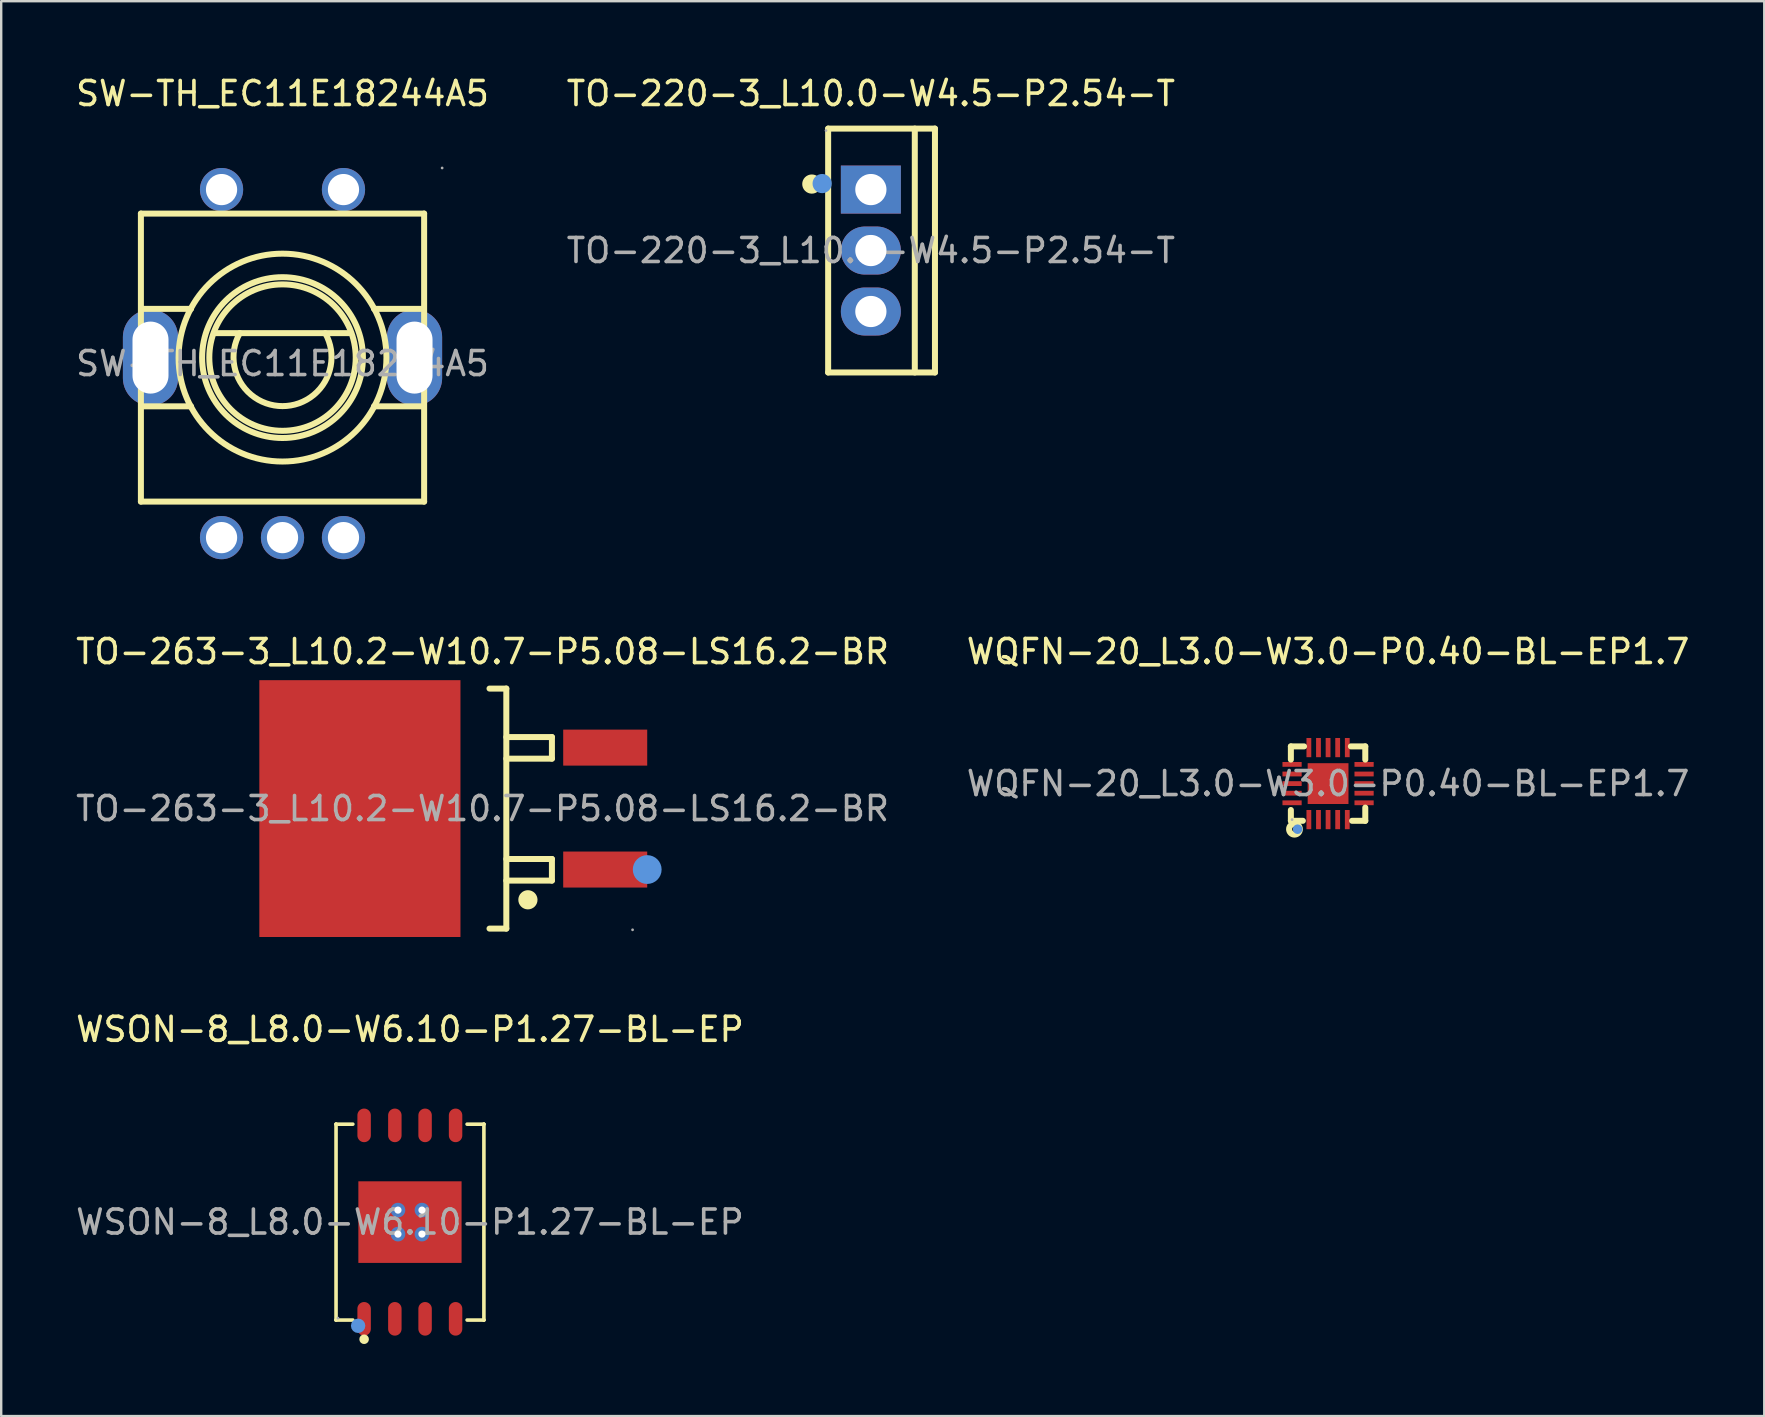
<source format=kicad_pcb>
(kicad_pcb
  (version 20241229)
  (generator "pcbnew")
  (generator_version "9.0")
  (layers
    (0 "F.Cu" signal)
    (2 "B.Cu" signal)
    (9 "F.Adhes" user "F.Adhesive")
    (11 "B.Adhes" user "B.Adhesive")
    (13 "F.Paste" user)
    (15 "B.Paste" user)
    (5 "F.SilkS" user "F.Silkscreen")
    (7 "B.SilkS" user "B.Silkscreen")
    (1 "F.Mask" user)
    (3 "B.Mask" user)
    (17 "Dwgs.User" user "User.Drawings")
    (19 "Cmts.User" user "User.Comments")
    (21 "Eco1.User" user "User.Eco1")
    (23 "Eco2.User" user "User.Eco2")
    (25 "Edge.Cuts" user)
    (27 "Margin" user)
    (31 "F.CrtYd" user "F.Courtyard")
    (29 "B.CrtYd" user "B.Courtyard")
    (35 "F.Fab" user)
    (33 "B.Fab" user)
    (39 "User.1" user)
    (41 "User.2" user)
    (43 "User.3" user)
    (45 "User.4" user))
  (footprint "WQFN-20_L3.0-W3.0-P0.40-BL-EP1.7"
    (layer "F.Cu")
    (at 52.28 29.596)
    (property "Reference" "WQFN-20_L3.0-W3.0-P0.40-BL-EP1.7" (at 0 -5.5 0) (layer "F.SilkS") (effects (font (size 1 1) (thickness 0.15))))
    (attr through_hole)
    (fp_line (start -1.55 -1.55) (end -1 -1.55) (stroke (width 0.25) (type solid)) (layer "F.SilkS"))
    (fp_line (start -1.55 -1) (end -1.55 -1.55) (stroke (width 0.25) (type solid)) (layer "F.SilkS"))
    (fp_line (start -1.55 1.1) (end -1.55 1.55) (stroke (width 0.25) (type solid)) (layer "F.SilkS"))
    (fp_line (start -1.55 1.55) (end -1.05 1.55) (stroke (width 0.25) (type solid)) (layer "F.SilkS"))
    (fp_line (start 0.95 -1.55) (end 1.55 -1.55) (stroke (width 0.25) (type solid)) (layer "F.SilkS"))
    (fp_line (start 1.55 -1.55) (end 1.55 -1) (stroke (width 0.25) (type solid)) (layer "F.SilkS"))
    (fp_line (start 1.55 1) (end 1.55 1.55) (stroke (width 0.25) (type solid)) (layer "F.SilkS"))
    (fp_line (start 1.55 1.55) (end 1 1.55) (stroke (width 0.25) (type solid)) (layer "F.SilkS"))
    (fp_circle (center -1.4 1.9) (end -1.3 1.9) (stroke (width 0.25) (type solid)) (fill no) (layer "F.SilkS"))
    (fp_circle (center -1.27 1.9) (end -1.17 1.9) (stroke (width 0.2) (type solid)) (fill no) (layer "Cmts.User"))
    (fp_circle (center -1.5 1.5) (end -1.47 1.5) (stroke (width 0.06) (type solid)) (fill no) (layer "F.Fab"))
    (fp_text user "${REFERENCE}" (at 0 0 0) (layer "F.Fab") (effects (font (size 1 1) (thickness 0.15))))
    (pad "1" smd rect (at -0.8 1.5 180) (size 0.2 0.8) (layers "F.Cu" "F.Mask" "F.Paste"))
    (pad "2" smd rect (at -0.4 1.5 180) (size 0.2 0.8) (layers "F.Cu" "F.Mask" "F.Paste"))
    (pad "3" smd rect (at 0 1.5 180) (size 0.2 0.8) (layers "F.Cu" "F.Mask" "F.Paste"))
    (pad "4" smd rect (at 0.4 1.5 180) (size 0.2 0.8) (layers "F.Cu" "F.Mask" "F.Paste"))
    (pad "5" smd rect (at 0.8 1.5 180) (size 0.2 0.8) (layers "F.Cu" "F.Mask" "F.Paste"))
    (pad "6" smd rect (at 1.5 0.8 90) (size 0.2 0.8) (layers "F.Cu" "F.Mask" "F.Paste"))
    (pad "7" smd rect (at 1.5 0.4 90) (size 0.2 0.8) (layers "F.Cu" "F.Mask" "F.Paste"))
    (pad "8" smd rect (at 1.5 0 90) (size 0.2 0.8) (layers "F.Cu" "F.Mask" "F.Paste"))
    (pad "9" smd rect (at 1.5 -0.4 90) (size 0.2 0.8) (layers "F.Cu" "F.Mask" "F.Paste"))
    (pad "10" smd rect (at 1.5 -0.8 90) (size 0.2 0.8) (layers "F.Cu" "F.Mask" "F.Paste"))
    (pad "11" smd rect (at 0.8 -1.5 180) (size 0.2 0.8) (layers "F.Cu" "F.Mask" "F.Paste"))
    (pad "12" smd rect (at 0.4 -1.5 180) (size 0.2 0.8) (layers "F.Cu" "F.Mask" "F.Paste"))
    (pad "13" smd rect (at 0 -1.5 180) (size 0.2 0.8) (layers "F.Cu" "F.Mask" "F.Paste"))
    (pad "14" smd rect (at -0.4 -1.5 180) (size 0.2 0.8) (layers "F.Cu" "F.Mask" "F.Paste"))
    (pad "15" smd rect (at -0.8 -1.5 180) (size 0.2 0.8) (layers "F.Cu" "F.Mask" "F.Paste"))
    (pad "16" smd rect (at -1.5 -0.8 270) (size 0.2 0.8) (layers "F.Cu" "F.Mask" "F.Paste"))
    (pad "17" smd rect (at -1.5 -0.4 270) (size 0.2 0.8) (layers "F.Cu" "F.Mask" "F.Paste"))
    (pad "18" smd rect (at -1.5 0 270) (size 0.2 0.8) (layers "F.Cu" "F.Mask" "F.Paste"))
    (pad "19" smd rect (at -1.5 0.4 270) (size 0.2 0.8) (layers "F.Cu" "F.Mask" "F.Paste"))
    (pad "20" smd rect (at -1.5 0.8 270) (size 0.2 0.8) (layers "F.Cu" "F.Mask" "F.Paste"))
    (pad "21" smd rect (at 0 0 270) (size 1.7 1.7) (layers "F.Cu" "F.Mask" "F.Paste")))
  (footprint "WSON-8_L8.0-W6.10-P1.27-BL-EP"
    (layer "F.Cu")
    (at 14.03 47.865)
    (property "Reference" "WSON-8_L8.0-W6.10-P1.27-BL-EP" (at 0 -8.03 0) (layer "F.SilkS") (effects (font (size 1 1) (thickness 0.15))))
    (attr smd)
    (fp_line (start -3.08 -4.08) (end -3.08 -4.08) (stroke (width 0.15) (type solid)) (layer "F.SilkS"))
    (fp_line (start -3.08 -4.08) (end -2.38 -4.08) (stroke (width 0.15) (type solid)) (layer "F.SilkS"))
    (fp_line (start -3.08 4.08) (end -3.08 -4.08) (stroke (width 0.15) (type solid)) (layer "F.SilkS"))
    (fp_line (start -3.08 4.08) (end -3.08 4.08) (stroke (width 0.15) (type solid)) (layer "F.SilkS"))
    (fp_line (start -2.38 4.08) (end -3.08 4.08) (stroke (width 0.15) (type solid)) (layer "F.SilkS"))
    (fp_line (start 2.38 4.08) (end 3.08 4.08) (stroke (width 0.15) (type solid)) (layer "F.SilkS"))
    (fp_line (start 3.08 -4.08) (end 2.38 -4.08) (stroke (width 0.15) (type solid)) (layer "F.SilkS"))
    (fp_line (start 3.08 -4.08) (end 3.08 -4.08) (stroke (width 0.15) (type solid)) (layer "F.SilkS"))
    (fp_line (start 3.08 4.08) (end 3.08 -4.08) (stroke (width 0.15) (type solid)) (layer "F.SilkS"))
    (fp_line (start 3.08 4.08) (end 3.08 4.08) (stroke (width 0.15) (type solid)) (layer "F.SilkS"))
    (fp_circle (center -1.91 4.88) (end -1.81 4.88) (stroke (width 0.2) (type solid)) (fill no) (layer "F.SilkS"))
    (fp_circle (center -2.16 4.32) (end -2.01 4.32) (stroke (width 0.3) (type solid)) (fill no) (layer "Cmts.User"))
    (fp_circle (center -3 4) (end -2.97 4) (stroke (width 0.06) (type solid)) (fill no) (layer "F.Fab"))
    (fp_text user "${REFERENCE}" (at 0 0 0) (layer "F.Fab") (effects (font (size 1 1) (thickness 0.15))))
    (pad "" thru_hole circle (at -0.5 -0.5) (size 0.61 0.61) (drill 0.3) (layers "*.Cu" "*.Paste" "*.Mask"))
    (pad "" thru_hole circle (at -0.5 0.5) (size 0.61 0.61) (drill 0.3) (layers "*.Cu" "*.Paste" "*.Mask"))
    (pad "" thru_hole circle (at 0.5 -0.5) (size 0.61 0.61) (drill 0.3) (layers "*.Cu" "*.Paste" "*.Mask"))
    (pad "" thru_hole circle (at 0.5 0.5) (size 0.61 0.61) (drill 0.3) (layers "*.Cu" "*.Paste" "*.Mask"))
    (pad "1" smd oval (at -1.91 4.03) (size 0.56 1.4) (layers "F.Cu" "F.Mask" "F.Paste"))
    (pad "2" smd oval (at -0.63 4.03) (size 0.56 1.4) (layers "F.Cu" "F.Mask" "F.Paste"))
    (pad "3" smd oval (at 0.63 4.03) (size 0.56 1.4) (layers "F.Cu" "F.Mask" "F.Paste"))
    (pad "4" smd oval (at 1.9 4.03) (size 0.56 1.4) (layers "F.Cu" "F.Mask" "F.Paste"))
    (pad "5" smd oval (at 1.9 -4.03) (size 0.56 1.4) (layers "F.Cu" "F.Mask" "F.Paste"))
    (pad "6" smd oval (at 0.63 -4.03) (size 0.56 1.4) (layers "F.Cu" "F.Mask" "F.Paste"))
    (pad "7" smd oval (at -0.63 -4.03) (size 0.56 1.4) (layers "F.Cu" "F.Mask" "F.Paste"))
    (pad "8" smd oval (at -1.91 -4.03) (size 0.56 1.4) (layers "F.Cu" "F.Mask" "F.Paste"))
    (pad "9" smd rect (at 0 0) (size 4.3 3.4) (layers "F.Cu" "F.Mask" "F.Paste")))
  (footprint "SW-TH_EC11E18244A5"
    (layer "F.Cu")
    (at 8.72 12.098)
    (property "Reference" "SW-TH_EC11E18244A5" (at 0 -11.25 0) (layer "F.SilkS") (effects (font (size 1 1) (thickness 0.15))))
    (attr through_hole)
    (fp_line (start -5.9 -6.25) (end 5.9 -6.25) (stroke (width 0.25) (type solid)) (layer "F.SilkS"))
    (fp_line (start -5.9 5.75) (end -5.9 -6.25) (stroke (width 0.25) (type solid)) (layer "F.SilkS"))
    (fp_line (start -5.84 -2.28) (end -3.81 -2.28) (stroke (width 0.25) (type solid)) (layer "F.SilkS"))
    (fp_line (start -5.84 1.78) (end -3.81 1.78) (stroke (width 0.25) (type solid)) (layer "F.SilkS"))
    (fp_line (start -2.79 -1.27) (end 2.79 -1.27) (stroke (width 0.25) (type solid)) (layer "F.SilkS"))
    (fp_line (start 3.81 -2.28) (end 5.84 -2.28) (stroke (width 0.25) (type solid)) (layer "F.SilkS"))
    (fp_line (start 3.81 1.78) (end 5.84 1.78) (stroke (width 0.25) (type solid)) (layer "F.SilkS"))
    (fp_line (start 5.9 -6.25) (end 5.9 5.75) (stroke (width 0.25) (type solid)) (layer "F.SilkS"))
    (fp_line (start 5.9 5.75) (end -5.9 5.75) (stroke (width 0.25) (type solid)) (layer "F.SilkS"))
    (fp_arc (start 1.782861 -1.26489) (mid -0.002928 1.771664) (end -1.78 -1.27) (stroke (width 0.25) (type solid)) (layer "F.SilkS"))
    (fp_circle (center 0 -0.25) (end 3.05 -0.25) (stroke (width 0.25) (type solid)) (fill no) (layer "F.SilkS"))
    (fp_circle (center 0 -0.25) (end 3.35 -0.25) (stroke (width 0.25) (type solid)) (fill no) (layer "F.SilkS"))
    (fp_circle (center 0 -0.25) (end 4.33 -0.25) (stroke (width 0.25) (type solid)) (fill no) (layer "F.SilkS"))
    (fp_circle (center -2.54 -7.25) (end -2.26 -7.25) (stroke (width 0.55) (type solid)) (fill no) (layer "F.Fab"))
    (fp_circle (center -2.54 7.25) (end -2.26 7.25) (stroke (width 0.55) (type solid)) (fill no) (layer "F.Fab"))
    (fp_circle (center 0 7.25) (end 0.28 7.25) (stroke (width 0.55) (type solid)) (fill no) (layer "F.Fab"))
    (fp_circle (center 2.54 -7.25) (end 2.82 -7.25) (stroke (width 0.55) (type solid)) (fill no) (layer "F.Fab"))
    (fp_circle (center 2.54 7.25) (end 2.82 7.25) (stroke (width 0.55) (type solid)) (fill no) (layer "F.Fab"))
    (fp_circle (center 6.65 -8.15) (end 6.68 -8.15) (stroke (width 0.06) (type solid)) (fill no) (layer "F.Fab"))
    (fp_text user "${REFERENCE}" (at 0 0 0) (layer "F.Fab") (effects (font (size 1 1) (thickness 0.15))))
    (pad "6" thru_hole oval (at 5.5 -0.25 90) (size 4 2.3) (drill oval 3 1.5) (layers "*.Cu" "*.Mask"))
    (pad "7" thru_hole oval (at -5.5 -0.25 90) (size 4 2.3) (drill oval 3 1.5) (layers "*.Cu" "*.Mask"))
    (pad "A" thru_hole circle (at -2.54 7.25) (size 1.8 1.8) (drill 1.3) (layers "*.Cu" "*.Mask"))
    (pad "B" thru_hole circle (at 2.54 7.25) (size 1.8 1.8) (drill 1.3) (layers "*.Cu" "*.Mask"))
    (pad "C" thru_hole circle (at 0 7.25) (size 1.8 1.8) (drill 1.3) (layers "*.Cu" "*.Mask"))
    (pad "D" thru_hole circle (at -2.54 -7.25) (size 1.8 1.8) (drill 1.3) (layers "*.Cu" "*.Mask"))
    (pad "E" thru_hole circle (at 2.54 -7.25) (size 1.8 1.8) (drill 1.3) (layers "*.Cu" "*.Mask")))
  (footprint "TO-220-3_L10.0-W4.5-P2.54-T"
    (layer "F.Cu")
    (at 33.232 7.388)
    (property "Reference" "TO-220-3_L10.0-W4.5-P2.54-T" (at 0 -6.54 0) (layer "F.SilkS") (effects (font (size 1 1) (thickness 0.15))))
    (attr smd)
    (fp_line (start -1.78 -5.08) (end -1.78 5.08) (stroke (width 0.25) (type solid)) (layer "F.SilkS"))
    (fp_line (start -1.78 5.08) (end 2.67 5.08) (stroke (width 0.25) (type solid)) (layer "F.SilkS"))
    (fp_line (start 1.83 -5.08) (end 1.83 5.08) (stroke (width 0.25) (type solid)) (layer "F.SilkS"))
    (fp_line (start 2.67 -5.08) (end -1.78 -5.08) (stroke (width 0.25) (type solid)) (layer "F.SilkS"))
    (fp_line (start 2.67 5.08) (end 2.67 -5.08) (stroke (width 0.25) (type solid)) (layer "F.SilkS"))
    (fp_arc (start -2.46 -2.77) (mid -2.46 -2.77) (end -2.46 -2.77) (stroke (width 0.4) (type solid)) (layer "F.SilkS"))
    (fp_circle (center -2.03 -2.79) (end -1.83 -2.79) (stroke (width 0.4) (type solid)) (fill no) (layer "Cmts.User"))
    (fp_circle (center -1.87 -5) (end -1.84 -5) (stroke (width 0.06) (type solid)) (fill no) (layer "F.Fab"))
    (fp_text user "${REFERENCE}" (at 0 0 0) (layer "F.Fab") (effects (font (size 1 1) (thickness 0.15))))
    (pad "1" thru_hole rect (at 0 -2.54 270) (size 2 2.5) (drill 1.3) (layers "*.Cu" "*.Mask"))
    (pad "2" thru_hole oval (at 0 0 270) (size 2 2.5) (drill 1.3) (layers "*.Cu" "*.Mask"))
    (pad "3" thru_hole oval (at 0 2.54 270) (size 2 2.5) (drill 1.3) (layers "*.Cu" "*.Mask")))
  (footprint "TO-263-3_L10.2-W10.7-P5.08-LS16.2-BR"
    (layer "F.Cu")
    (at 17.054 30.637)
    (property "Reference" "TO-263-3_L10.2-W10.7-P5.08-LS16.2-BR" (at 0 -6.54 0) (layer "F.SilkS") (effects (font (size 1 1) (thickness 0.15))))
    (attr smd)
    (fp_line (start 0.29 -5) (end 0.99 -5) (stroke (width 0.25) (type solid)) (layer "F.SilkS"))
    (fp_line (start 0.99 -5) (end 0.99 5) (stroke (width 0.25) (type solid)) (layer "F.SilkS"))
    (fp_line (start 0.99 -2.08) (end 2.89 -2.08) (stroke (width 0.25) (type solid)) (layer "F.SilkS"))
    (fp_line (start 0.99 3) (end 2.89 3) (stroke (width 0.25) (type solid)) (layer "F.SilkS"))
    (fp_line (start 0.99 5) (end 0.29 5) (stroke (width 0.25) (type solid)) (layer "F.SilkS"))
    (fp_line (start 2.89 -2.98) (end 0.99 -2.98) (stroke (width 0.25) (type solid)) (layer "F.SilkS"))
    (fp_line (start 2.89 -2.08) (end 2.89 -2.98) (stroke (width 0.25) (type solid)) (layer "F.SilkS"))
    (fp_line (start 2.89 2.1) (end 0.99 2.1) (stroke (width 0.25) (type solid)) (layer "F.SilkS"))
    (fp_line (start 2.89 3) (end 2.89 2.1) (stroke (width 0.25) (type solid)) (layer "F.SilkS"))
    (fp_arc (start 1.89 3.8) (mid 1.89 3.8) (end 1.89 3.8) (stroke (width 0.4) (type solid)) (layer "F.SilkS"))
    (fp_circle (center 6.86 2.54) (end 7.16 2.54) (stroke (width 0.6) (type solid)) (fill no) (layer "Cmts.User"))
    (fp_circle (center 6.25 5.05) (end 6.28 5.05) (stroke (width 0.06) (type solid)) (fill no) (layer "F.Fab"))
    (fp_text user "${REFERENCE}" (at 0 0 0) (layer "F.Fab") (effects (font (size 1 1) (thickness 0.15))))
    (pad "1" smd rect (at 5.11 2.54) (size 3.5 1.5) (layers "F.Cu" "F.Mask" "F.Paste"))
    (pad "2" smd rect (at -5.11 0) (size 8.38 10.7) (layers "F.Cu" "F.Mask" "F.Paste"))
    (pad "3" smd rect (at 5.11 -2.54) (size 3.5 1.5) (layers "F.Cu" "F.Mask" "F.Paste")))
  (gr_rect
    (start -3 -3)
    (end 70.452 55.945)
    (stroke (width 0.1) (type default))
    (fill no)
    (layer "Edge.Cuts")))
</source>
